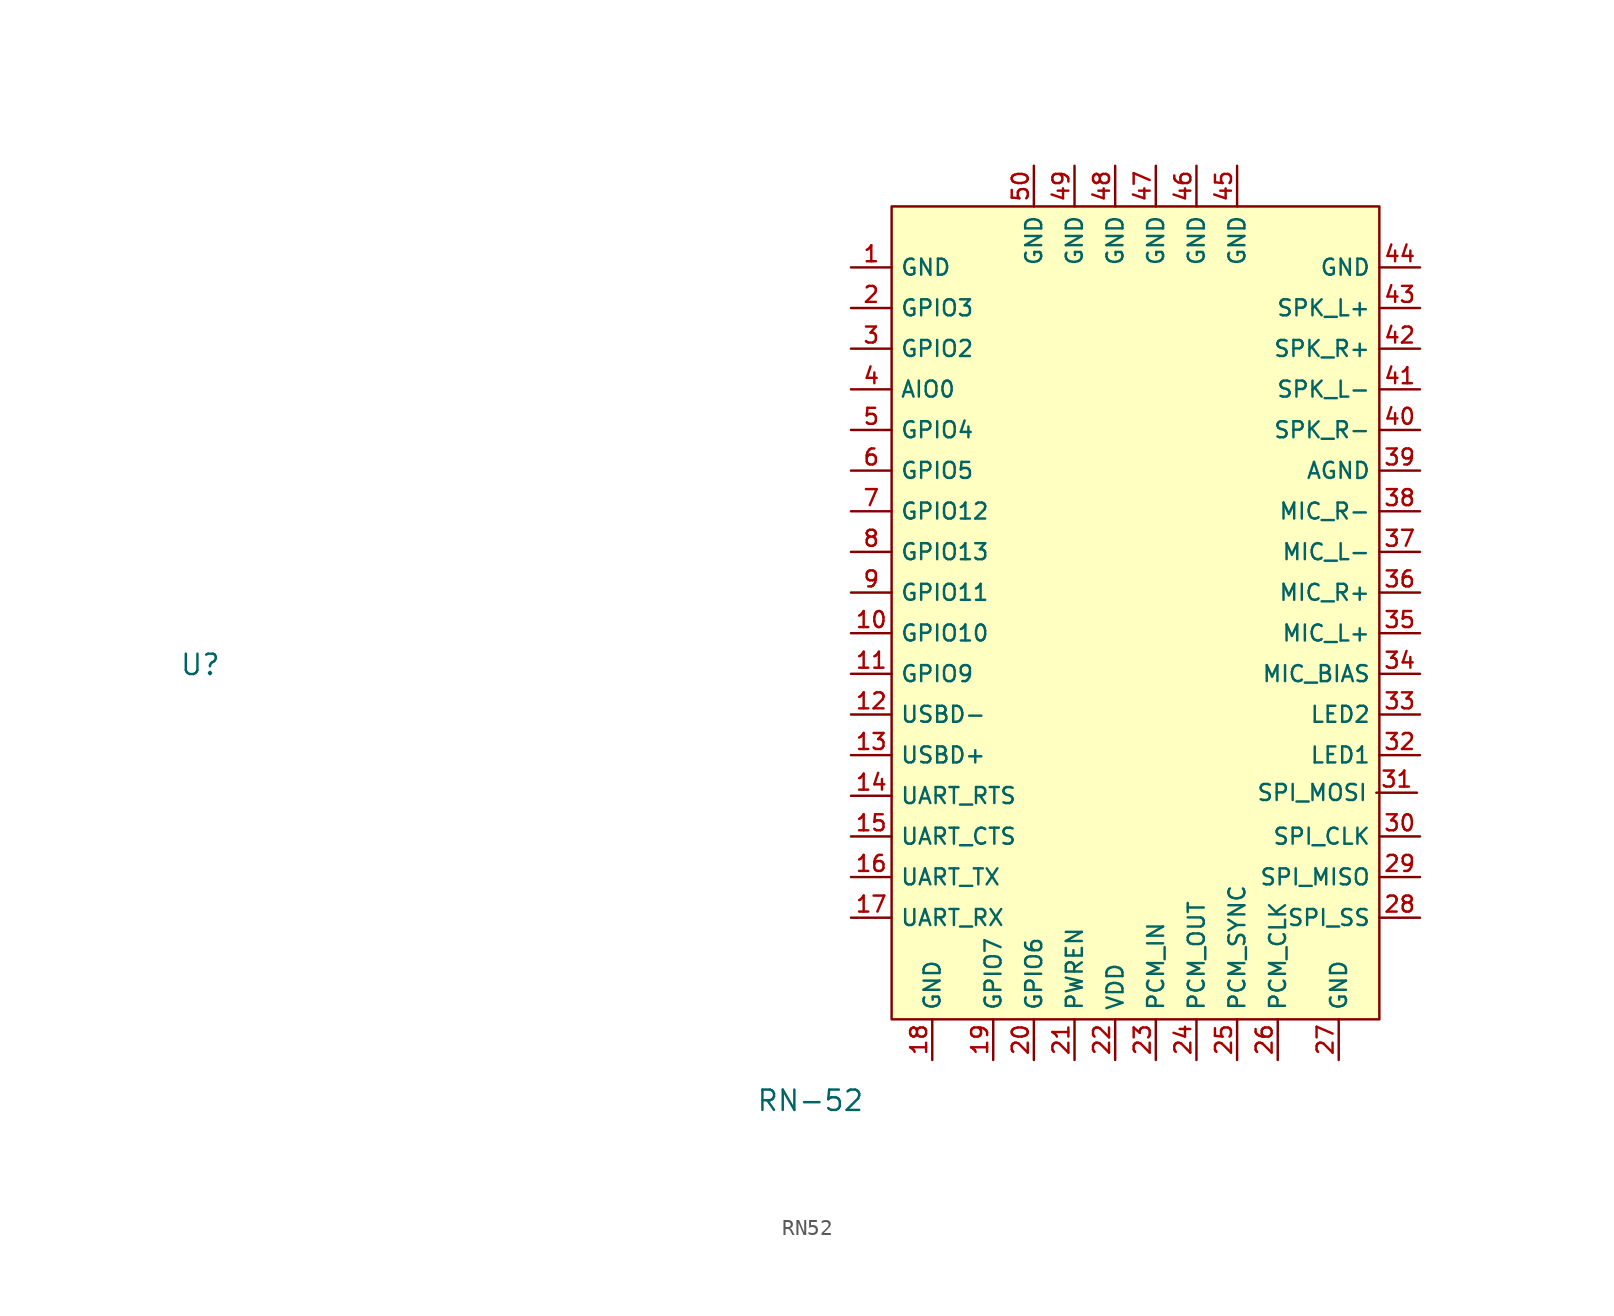
<source format=kicad_sym>
(kicad_symbol_lib
  (version 20231120)
  (generator "kicad_symbol_editor")
  (generator_version "8.0")
  (symbol "RN52"
    (property "Reference" "U"
      (at -43.2 12 0)
      (effects (font (size 1.27 1.27))))
    (property "Value" "RN-52"
      (at -5.08 -15.24 0)
      (effects (font (size 1.27 1.27))))
    (symbol "RN52_1_1"
      (rectangle (start 0 40.64) (end 30.48 -10.16) (stroke (width 0) (type default)) (fill (type background)))
      (pin bidirectional line (at -2.54 36.83 0) (length 2.54) (name "GND" (effects (font (size 1 1)))) (number "1" (effects (font (size 1 1)))))
      (pin bidirectional line (at -2.54 13.97 0) (length 2.54) (name "GPIO10" (effects (font (size 1 1)))) (number "10" (effects (font (size 1 1)))))
      (pin input line (at -2.54 11.43 0) (length 2.54) (name "GPIO9" (effects (font (size 1 1)))) (number "11" (effects (font (size 1 1)))))
      (pin bidirectional line (at -2.54 8.89 0) (length 2.54) (name "USBD-" (effects (font (size 1 1)))) (number "12" (effects (font (size 1 1)))))
      (pin bidirectional line (at -2.54 6.35 0) (length 2.54) (name "USBD+" (effects (font (size 1 1)))) (number "13" (effects (font (size 1 1)))))
      (pin output line (at -2.54 3.81 0) (length 2.54) (name "UART_RTS" (effects (font (size 1 1)))) (number "14" (effects (font (size 1 1)))))
      (pin input line (at -2.54 1.27 0) (length 2.54) (name "UART_CTS" (effects (font (size 1 1)))) (number "15" (effects (font (size 1 1)))))
      (pin output line (at -2.54 -1.27 0) (length 2.54) (name "UART_TX" (effects (font (size 1 1)))) (number "16" (effects (font (size 1 1)))))
      (pin input line (at -2.54 -3.81 0) (length 2.54) (name "UART_RX" (effects (font (size 1 1)))) (number "17" (effects (font (size 1 1)))))
      (pin bidirectional line (at 2.54 -12.7 90) (length 2.54) (name "GND" (effects (font (size 1 1)))) (number "18" (effects (font (size 1 1)))))
      (pin bidirectional line (at 6.35 -12.7 90) (length 2.54) (name "GPIO7" (effects (font (size 1 1)))) (number "19" (effects (font (size 1 1)))))
      (pin input line (at -2.54 34.29 0) (length 2.54) (name "GPIO3" (effects (font (size 1 1)))) (number "2" (effects (font (size 1 1)))))
      (pin bidirectional line (at 8.89 -12.7 90) (length 2.54) (name "GPIO6" (effects (font (size 1 1)))) (number "20" (effects (font (size 1 1)))))
      (pin input line (at 11.43 -12.7 90) (length 2.54) (name "PWREN" (effects (font (size 1 1)))) (number "21" (effects (font (size 1 1)))))
      (pin power_in line (at 13.97 -12.7 90) (length 2.54) (name "VDD" (effects (font (size 1 1)))) (number "22" (effects (font (size 1 1)))))
      (pin input line (at 16.51 -12.7 90) (length 2.54) (name "PCM_IN" (effects (font (size 1 1)))) (number "23" (effects (font (size 1 1)))))
      (pin output line (at 19.05 -12.7 90) (length 2.54) (name "PCM_OUT" (effects (font (size 1 1)))) (number "24" (effects (font (size 1 1)))))
      (pin output line (at 21.59 -12.7 90) (length 2.54) (name "PCM_SYNC" (effects (font (size 1 1)))) (number "25" (effects (font (size 1 1)))))
      (pin output line (at 24.13 -12.7 90) (length 2.54) (name "PCM_CLK" (effects (font (size 1 1)))) (number "26" (effects (font (size 1 1)))))
      (pin bidirectional line (at 27.94 -12.7 90) (length 2.54) (name "GND" (effects (font (size 1 1)))) (number "27" (effects (font (size 1 1)))))
      (pin bidirectional line (at 33.02 -3.81 180) (length 2.54) (name "SPI_SS" (effects (font (size 1 1)))) (number "28" (effects (font (size 1 1)))))
      (pin output line (at 33.02 -1.27 180) (length 2.54) (name "SPI_MISO" (effects (font (size 1 1)))) (number "29" (effects (font (size 1 1)))))
      (pin output line (at -2.54 31.75 0) (length 2.54) (name "GPIO2" (effects (font (size 1 1)))) (number "3" (effects (font (size 1 1)))))
      (pin input line (at 33.02 1.27 180) (length 2.54) (name "SPI_CLK" (effects (font (size 1 1)))) (number "30" (effects (font (size 1 1)))))
      (pin input line (at 32.831 4.002 180) (length 2.54) (name "SPI_MOSI" (effects (font (size 1 1)))) (number "31" (effects (font (size 1 1)))))
      (pin output line (at 33.02 6.35 180) (length 2.54) (name "LED1" (effects (font (size 1 1)))) (number "32" (effects (font (size 1 1)))))
      (pin output line (at 33.02 8.89 180) (length 2.54) (name "LED2" (effects (font (size 1 1)))) (number "33" (effects (font (size 1 1)))))
      (pin output line (at 33.02 11.43 180) (length 2.54) (name "MIC_BIAS" (effects (font (size 1 1)))) (number "34" (effects (font (size 1 1)))))
      (pin input line (at 33.02 13.97 180) (length 2.54) (name "MIC_L+" (effects (font (size 1 1)))) (number "35" (effects (font (size 1 1)))))
      (pin input line (at 33.02 16.51 180) (length 2.54) (name "MIC_R+" (effects (font (size 1 1)))) (number "36" (effects (font (size 1 1)))))
      (pin bidirectional line (at 33.02 19.05 180) (length 2.54) (name "MIC_L-" (effects (font (size 1 1)))) (number "37" (effects (font (size 1 1)))))
      (pin input line (at 33.02 21.59 180) (length 2.54) (name "MIC_R-" (effects (font (size 1 1)))) (number "38" (effects (font (size 1 1)))))
      (pin bidirectional line (at 33.02 24.13 180) (length 2.54) (name "AGND" (effects (font (size 1 1)))) (number "39" (effects (font (size 1 1)))))
      (pin bidirectional line (at -2.54 29.21 0) (length 2.54) (name "AIO0" (effects (font (size 1 1)))) (number "4" (effects (font (size 1 1)))))
      (pin output line (at 33.02 26.67 180) (length 2.54) (name "SPK_R-" (effects (font (size 1 1)))) (number "40" (effects (font (size 1 1)))))
      (pin output line (at 33.02 29.21 180) (length 2.54) (name "SPK_L-" (effects (font (size 1 1)))) (number "41" (effects (font (size 1 1)))))
      (pin output line (at 33.02 31.75 180) (length 2.54) (name "SPK_R+" (effects (font (size 1 1)))) (number "42" (effects (font (size 1 1)))))
      (pin output line (at 33.02 34.29 180) (length 2.54) (name "SPK_L+" (effects (font (size 1 1)))) (number "43" (effects (font (size 1 1)))))
      (pin bidirectional line (at 33.02 36.83 180) (length 2.54) (name "GND" (effects (font (size 1 1)))) (number "44" (effects (font (size 1 1)))))
      (pin bidirectional line (at 21.59 43.18 270) (length 2.54) (name "GND" (effects (font (size 1 1)))) (number "45" (effects (font (size 1 1)))))
      (pin bidirectional line (at 19.05 43.18 270) (length 2.54) (name "GND" (effects (font (size 1 1)))) (number "46" (effects (font (size 1 1)))))
      (pin bidirectional line (at 16.51 43.18 270) (length 2.54) (name "GND" (effects (font (size 1 1)))) (number "47" (effects (font (size 1 1)))))
      (pin bidirectional line (at 13.97 43.18 270) (length 2.54) (name "GND" (effects (font (size 1 1)))) (number "48" (effects (font (size 1 1)))))
      (pin bidirectional line (at 11.43 43.18 270) (length 2.54) (name "GND" (effects (font (size 1 1)))) (number "49" (effects (font (size 1 1)))))
      (pin input line (at -2.54 26.67 0) (length 2.54) (name "GPIO4" (effects (font (size 1 1)))) (number "5" (effects (font (size 1 1)))))
      (pin bidirectional line (at 8.89 43.18 270) (length 2.54) (name "GND" (effects (font (size 1 1)))) (number "50" (effects (font (size 1 1)))))
      (pin bidirectional line (at -2.54 24.13 0) (length 2.54) (name "GPIO5" (effects (font (size 1 1)))) (number "6" (effects (font (size 1 1)))))
      (pin bidirectional line (at -2.54 21.59 0) (length 2.54) (name "GPIO12" (effects (font (size 1 1)))) (number "7" (effects (font (size 1 1)))))
      (pin bidirectional line (at -2.54 19.05 0) (length 2.54) (name "GPIO13" (effects (font (size 1 1)))) (number "8" (effects (font (size 1 1)))))
      (pin bidirectional line (at -2.54 16.51 0) (length 2.54) (name "GPIO11" (effects (font (size 1 1)))) (number "9" (effects (font (size 1 1))))))))
</source>
